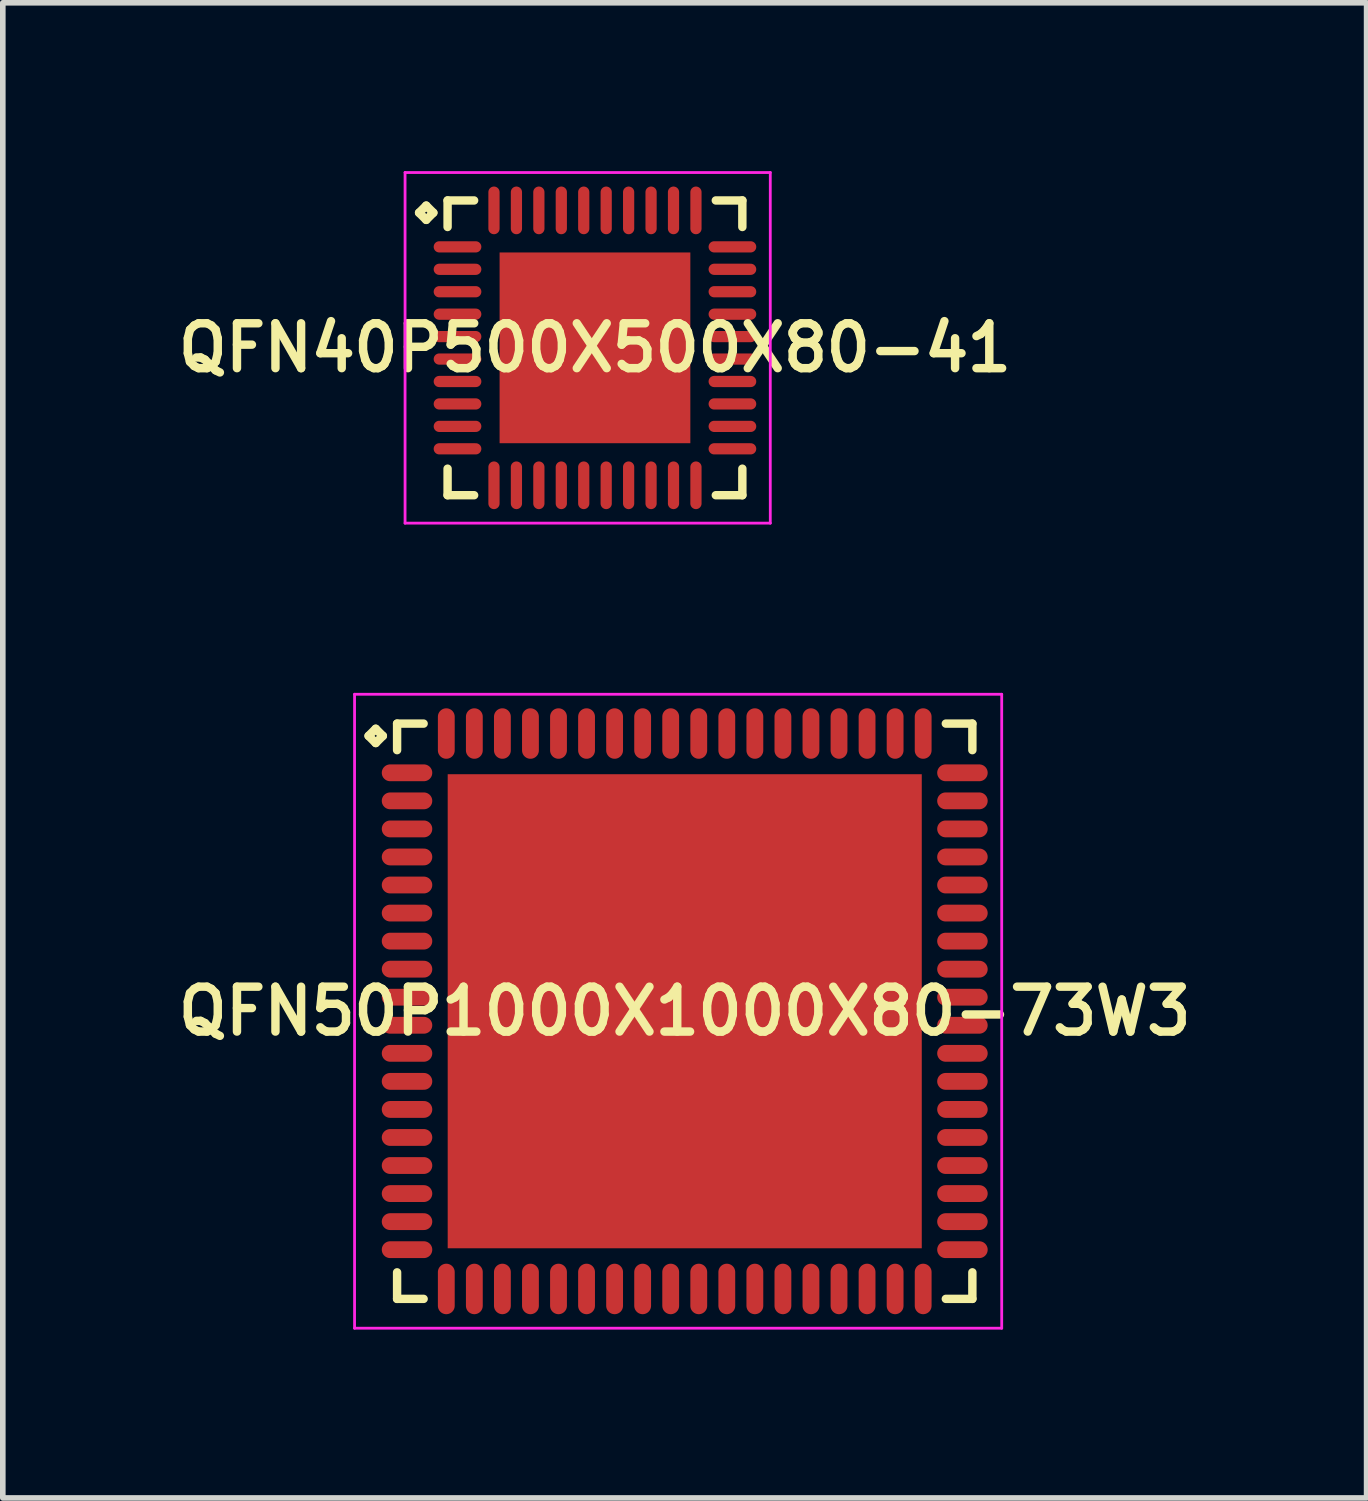
<source format=kicad_pcb>
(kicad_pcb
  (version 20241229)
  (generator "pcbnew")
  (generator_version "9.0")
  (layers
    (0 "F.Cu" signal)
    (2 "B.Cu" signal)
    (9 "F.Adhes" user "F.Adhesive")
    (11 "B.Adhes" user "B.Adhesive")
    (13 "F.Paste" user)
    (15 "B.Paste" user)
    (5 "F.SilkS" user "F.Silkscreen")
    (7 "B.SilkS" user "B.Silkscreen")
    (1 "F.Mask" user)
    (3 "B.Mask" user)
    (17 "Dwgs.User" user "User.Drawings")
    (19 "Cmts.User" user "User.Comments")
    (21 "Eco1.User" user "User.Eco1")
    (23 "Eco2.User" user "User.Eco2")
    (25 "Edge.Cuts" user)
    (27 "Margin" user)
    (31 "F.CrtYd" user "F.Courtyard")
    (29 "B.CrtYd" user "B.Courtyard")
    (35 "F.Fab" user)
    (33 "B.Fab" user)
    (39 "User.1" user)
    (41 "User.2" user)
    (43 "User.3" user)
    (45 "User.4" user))
  (footprint "QFN40P500X500X80-41"
    (layer "F.Cu")
    (at 7.555 3.15)
    (property "Reference" "QFN40P500X500X80-41" (at 0 0 0) (layer "F.SilkS") (effects (font (size 0.8 0.8) (thickness 0.15))))
    (attr smd)
    (fp_line (start -3.135 -2.408) (end -3.008 -2.535) (stroke (width 0.15) (type solid)) (layer "F.SilkS"))
    (fp_line (start -3.008 -2.535) (end -2.881 -2.408) (stroke (width 0.15) (type solid)) (layer "F.SilkS"))
    (fp_line (start -3.008 -2.281) (end -3.135 -2.408) (stroke (width 0.15) (type solid)) (layer "F.SilkS"))
    (fp_line (start -2.881 -2.408) (end -3.008 -2.281) (stroke (width 0.15) (type solid)) (layer "F.SilkS"))
    (fp_line (start -2.627 -2.627) (end -2.154 -2.627) (stroke (width 0.15) (type solid)) (layer "F.SilkS"))
    (fp_line (start -2.627 -2.154) (end -2.627 -2.627) (stroke (width 0.15) (type solid)) (layer "F.SilkS"))
    (fp_line (start -2.627 2.154) (end -2.627 2.627) (stroke (width 0.15) (type solid)) (layer "F.SilkS"))
    (fp_line (start -2.627 2.627) (end -2.154 2.627) (stroke (width 0.15) (type solid)) (layer "F.SilkS"))
    (fp_line (start 2.154 -2.627) (end 2.627 -2.627) (stroke (width 0.15) (type solid)) (layer "F.SilkS"))
    (fp_line (start 2.154 2.627) (end 2.627 2.627) (stroke (width 0.15) (type solid)) (layer "F.SilkS"))
    (fp_line (start 2.627 -2.627) (end 2.627 -2.154) (stroke (width 0.15) (type solid)) (layer "F.SilkS"))
    (fp_line (start 2.627 2.627) (end 2.627 2.154) (stroke (width 0.15) (type solid)) (layer "F.SilkS"))
    (fp_line (start -3.385 -3.125) (end 3.125 -3.125) (stroke (width 0.05) (type solid)) (layer "F.CrtYd"))
    (fp_line (start -3.385 3.125) (end -3.385 -3.125) (stroke (width 0.05) (type solid)) (layer "F.CrtYd"))
    (fp_line (start 3.125 -3.125) (end 3.125 3.125) (stroke (width 0.05) (type solid)) (layer "F.CrtYd"))
    (fp_line (start 3.125 3.125) (end -3.385 3.125) (stroke (width 0.05) (type solid)) (layer "F.CrtYd"))
    (pad "1" smd oval (at -2.45 -1.8) (size 0.85 0.2) (layers "F.Cu" "F.Mask" "F.Paste"))
    (pad "2" smd oval (at -2.45 -1.4) (size 0.85 0.2) (layers "F.Cu" "F.Mask" "F.Paste"))
    (pad "3" smd oval (at -2.45 -1) (size 0.85 0.2) (layers "F.Cu" "F.Mask" "F.Paste"))
    (pad "4" smd oval (at -2.45 -0.6) (size 0.85 0.2) (layers "F.Cu" "F.Mask" "F.Paste"))
    (pad "5" smd oval (at -2.45 -0.2) (size 0.85 0.2) (layers "F.Cu" "F.Mask" "F.Paste"))
    (pad "6" smd oval (at -2.45 0.2) (size 0.85 0.2) (layers "F.Cu" "F.Mask" "F.Paste"))
    (pad "7" smd oval (at -2.45 0.6) (size 0.85 0.2) (layers "F.Cu" "F.Mask" "F.Paste"))
    (pad "8" smd oval (at -2.45 1) (size 0.85 0.2) (layers "F.Cu" "F.Mask" "F.Paste"))
    (pad "9" smd oval (at -2.45 1.4) (size 0.85 0.2) (layers "F.Cu" "F.Mask" "F.Paste"))
    (pad "10" smd oval (at -2.45 1.8) (size 0.85 0.2) (layers "F.Cu" "F.Mask" "F.Paste"))
    (pad "11" smd oval (at -1.8 2.45) (size 0.2 0.85) (layers "F.Cu" "F.Mask" "F.Paste"))
    (pad "12" smd oval (at -1.4 2.45) (size 0.2 0.85) (layers "F.Cu" "F.Mask" "F.Paste"))
    (pad "13" smd oval (at -1 2.45) (size 0.2 0.85) (layers "F.Cu" "F.Mask" "F.Paste"))
    (pad "14" smd oval (at -0.6 2.45) (size 0.2 0.85) (layers "F.Cu" "F.Mask" "F.Paste"))
    (pad "15" smd oval (at -0.2 2.45) (size 0.2 0.85) (layers "F.Cu" "F.Mask" "F.Paste"))
    (pad "16" smd oval (at 0.2 2.45) (size 0.2 0.85) (layers "F.Cu" "F.Mask" "F.Paste"))
    (pad "17" smd oval (at 0.6 2.45) (size 0.2 0.85) (layers "F.Cu" "F.Mask" "F.Paste"))
    (pad "18" smd oval (at 1 2.45) (size 0.2 0.85) (layers "F.Cu" "F.Mask" "F.Paste"))
    (pad "19" smd oval (at 1.4 2.45) (size 0.2 0.85) (layers "F.Cu" "F.Mask" "F.Paste"))
    (pad "20" smd oval (at 1.8 2.45) (size 0.2 0.85) (layers "F.Cu" "F.Mask" "F.Paste"))
    (pad "21" smd oval (at 2.45 1.8) (size 0.85 0.2) (layers "F.Cu" "F.Mask" "F.Paste"))
    (pad "22" smd oval (at 2.45 1.4) (size 0.85 0.2) (layers "F.Cu" "F.Mask" "F.Paste"))
    (pad "23" smd oval (at 2.45 1) (size 0.85 0.2) (layers "F.Cu" "F.Mask" "F.Paste"))
    (pad "24" smd oval (at 2.45 0.6) (size 0.85 0.2) (layers "F.Cu" "F.Mask" "F.Paste"))
    (pad "25" smd oval (at 2.45 0.2) (size 0.85 0.2) (layers "F.Cu" "F.Mask" "F.Paste"))
    (pad "26" smd oval (at 2.45 -0.2) (size 0.85 0.2) (layers "F.Cu" "F.Mask" "F.Paste"))
    (pad "27" smd oval (at 2.45 -0.6) (size 0.85 0.2) (layers "F.Cu" "F.Mask" "F.Paste"))
    (pad "28" smd oval (at 2.45 -1) (size 0.85 0.2) (layers "F.Cu" "F.Mask" "F.Paste"))
    (pad "29" smd oval (at 2.45 -1.4) (size 0.85 0.2) (layers "F.Cu" "F.Mask" "F.Paste"))
    (pad "30" smd oval (at 2.45 -1.8) (size 0.85 0.2) (layers "F.Cu" "F.Mask" "F.Paste"))
    (pad "31" smd oval (at 1.8 -2.45) (size 0.2 0.85) (layers "F.Cu" "F.Mask" "F.Paste"))
    (pad "32" smd oval (at 1.4 -2.45) (size 0.2 0.85) (layers "F.Cu" "F.Mask" "F.Paste"))
    (pad "33" smd oval (at 1 -2.45) (size 0.2 0.85) (layers "F.Cu" "F.Mask" "F.Paste"))
    (pad "34" smd oval (at 0.6 -2.45) (size 0.2 0.85) (layers "F.Cu" "F.Mask" "F.Paste"))
    (pad "35" smd oval (at 0.2 -2.45) (size 0.2 0.85) (layers "F.Cu" "F.Mask" "F.Paste"))
    (pad "36" smd oval (at -0.2 -2.45) (size 0.2 0.85) (layers "F.Cu" "F.Mask" "F.Paste"))
    (pad "37" smd oval (at -0.6 -2.45) (size 0.2 0.85) (layers "F.Cu" "F.Mask" "F.Paste"))
    (pad "38" smd oval (at -1 -2.45) (size 0.2 0.85) (layers "F.Cu" "F.Mask" "F.Paste"))
    (pad "39" smd oval (at -1.4 -2.45) (size 0.2 0.85) (layers "F.Cu" "F.Mask" "F.Paste"))
    (pad "40" smd oval (at -1.8 -2.45) (size 0.2 0.85) (layers "F.Cu" "F.Mask" "F.Paste"))
    (pad "41" smd rect (at 0 0) (size 3.4 3.4) (layers "F.Cu" "F.Mask" "F.Paste")))
  (footprint "QFN50P1000X1000X80-73W3"
    (layer "F.Cu")
    (at 9.155 14.975)
    (property "Reference" "QFN50P1000X1000X80-73W3" (at 0 0 0) (layer "F.SilkS") (effects (font (size 0.8 0.8) (thickness 0.15))))
    (attr smd)
    (fp_line (start -5.635 -4.908) (end -5.508 -5.035) (stroke (width 0.15) (type solid)) (layer "F.SilkS"))
    (fp_line (start -5.508 -5.035) (end -5.381 -4.908) (stroke (width 0.15) (type solid)) (layer "F.SilkS"))
    (fp_line (start -5.508 -4.781) (end -5.635 -4.908) (stroke (width 0.15) (type solid)) (layer "F.SilkS"))
    (fp_line (start -5.381 -4.908) (end -5.508 -4.781) (stroke (width 0.15) (type solid)) (layer "F.SilkS"))
    (fp_line (start -5.127 -5.127) (end -4.654 -5.127) (stroke (width 0.15) (type solid)) (layer "F.SilkS"))
    (fp_line (start -5.127 -4.654) (end -5.127 -5.127) (stroke (width 0.15) (type solid)) (layer "F.SilkS"))
    (fp_line (start -5.127 4.654) (end -5.127 5.127) (stroke (width 0.15) (type solid)) (layer "F.SilkS"))
    (fp_line (start -5.127 5.127) (end -4.654 5.127) (stroke (width 0.15) (type solid)) (layer "F.SilkS"))
    (fp_line (start 4.654 -5.127) (end 5.127 -5.127) (stroke (width 0.15) (type solid)) (layer "F.SilkS"))
    (fp_line (start 4.654 5.127) (end 5.127 5.127) (stroke (width 0.15) (type solid)) (layer "F.SilkS"))
    (fp_line (start 5.127 -5.127) (end 5.127 -4.654) (stroke (width 0.15) (type solid)) (layer "F.SilkS"))
    (fp_line (start 5.127 5.127) (end 5.127 4.654) (stroke (width 0.15) (type solid)) (layer "F.SilkS"))
    (fp_line (start -5.885 -5.65) (end 5.65 -5.65) (stroke (width 0.05) (type solid)) (layer "F.CrtYd"))
    (fp_line (start -5.885 5.65) (end -5.885 -5.65) (stroke (width 0.05) (type solid)) (layer "F.CrtYd"))
    (fp_line (start 5.65 -5.65) (end 5.65 5.65) (stroke (width 0.05) (type solid)) (layer "F.CrtYd"))
    (fp_line (start 5.65 5.65) (end -5.885 5.65) (stroke (width 0.05) (type solid)) (layer "F.CrtYd"))
    (pad "1" smd oval (at -4.95 -4.25) (size 0.9 0.3) (layers "F.Cu" "F.Mask" "F.Paste"))
    (pad "2" smd oval (at -4.95 -3.75) (size 0.9 0.3) (layers "F.Cu" "F.Mask" "F.Paste"))
    (pad "3" smd oval (at -4.95 -3.25) (size 0.9 0.3) (layers "F.Cu" "F.Mask" "F.Paste"))
    (pad "4" smd oval (at -4.95 -2.75) (size 0.9 0.3) (layers "F.Cu" "F.Mask" "F.Paste"))
    (pad "5" smd oval (at -4.95 -2.25) (size 0.9 0.3) (layers "F.Cu" "F.Mask" "F.Paste"))
    (pad "6" smd oval (at -4.95 -1.75) (size 0.9 0.3) (layers "F.Cu" "F.Mask" "F.Paste"))
    (pad "7" smd oval (at -4.95 -1.25) (size 0.9 0.3) (layers "F.Cu" "F.Mask" "F.Paste"))
    (pad "8" smd oval (at -4.95 -0.75) (size 0.9 0.3) (layers "F.Cu" "F.Mask" "F.Paste"))
    (pad "9" smd oval (at -4.95 -0.25) (size 0.9 0.3) (layers "F.Cu" "F.Mask" "F.Paste"))
    (pad "10" smd oval (at -4.95 0.25) (size 0.9 0.3) (layers "F.Cu" "F.Mask" "F.Paste"))
    (pad "11" smd oval (at -4.95 0.75) (size 0.9 0.3) (layers "F.Cu" "F.Mask" "F.Paste"))
    (pad "12" smd oval (at -4.95 1.25) (size 0.9 0.3) (layers "F.Cu" "F.Mask" "F.Paste"))
    (pad "13" smd oval (at -4.95 1.75) (size 0.9 0.3) (layers "F.Cu" "F.Mask" "F.Paste"))
    (pad "14" smd oval (at -4.95 2.25) (size 0.9 0.3) (layers "F.Cu" "F.Mask" "F.Paste"))
    (pad "15" smd oval (at -4.95 2.75) (size 0.9 0.3) (layers "F.Cu" "F.Mask" "F.Paste"))
    (pad "16" smd oval (at -4.95 3.25) (size 0.9 0.3) (layers "F.Cu" "F.Mask" "F.Paste"))
    (pad "17" smd oval (at -4.95 3.75) (size 0.9 0.3) (layers "F.Cu" "F.Mask" "F.Paste"))
    (pad "18" smd oval (at -4.95 4.25) (size 0.9 0.3) (layers "F.Cu" "F.Mask" "F.Paste"))
    (pad "19" smd oval (at -4.25 4.95) (size 0.3 0.9) (layers "F.Cu" "F.Mask" "F.Paste"))
    (pad "20" smd oval (at -3.75 4.95) (size 0.3 0.9) (layers "F.Cu" "F.Mask" "F.Paste"))
    (pad "21" smd oval (at -3.25 4.95) (size 0.3 0.9) (layers "F.Cu" "F.Mask" "F.Paste"))
    (pad "22" smd oval (at -2.75 4.95) (size 0.3 0.9) (layers "F.Cu" "F.Mask" "F.Paste"))
    (pad "23" smd oval (at -2.25 4.95) (size 0.3 0.9) (layers "F.Cu" "F.Mask" "F.Paste"))
    (pad "24" smd oval (at -1.75 4.95) (size 0.3 0.9) (layers "F.Cu" "F.Mask" "F.Paste"))
    (pad "25" smd oval (at -1.25 4.95) (size 0.3 0.9) (layers "F.Cu" "F.Mask" "F.Paste"))
    (pad "26" smd oval (at -0.75 4.95) (size 0.3 0.9) (layers "F.Cu" "F.Mask" "F.Paste"))
    (pad "27" smd oval (at -0.25 4.95) (size 0.3 0.9) (layers "F.Cu" "F.Mask" "F.Paste"))
    (pad "28" smd oval (at 0.25 4.95) (size 0.3 0.9) (layers "F.Cu" "F.Mask" "F.Paste"))
    (pad "29" smd oval (at 0.75 4.95) (size 0.3 0.9) (layers "F.Cu" "F.Mask" "F.Paste"))
    (pad "30" smd oval (at 1.25 4.95) (size 0.3 0.9) (layers "F.Cu" "F.Mask" "F.Paste"))
    (pad "31" smd oval (at 1.75 4.95) (size 0.3 0.9) (layers "F.Cu" "F.Mask" "F.Paste"))
    (pad "32" smd oval (at 2.25 4.95) (size 0.3 0.9) (layers "F.Cu" "F.Mask" "F.Paste"))
    (pad "33" smd oval (at 2.75 4.95) (size 0.3 0.9) (layers "F.Cu" "F.Mask" "F.Paste"))
    (pad "34" smd oval (at 3.25 4.95) (size 0.3 0.9) (layers "F.Cu" "F.Mask" "F.Paste"))
    (pad "35" smd oval (at 3.75 4.95) (size 0.3 0.9) (layers "F.Cu" "F.Mask" "F.Paste"))
    (pad "36" smd oval (at 4.25 4.95) (size 0.3 0.9) (layers "F.Cu" "F.Mask" "F.Paste"))
    (pad "37" smd oval (at 4.95 4.25) (size 0.9 0.3) (layers "F.Cu" "F.Mask" "F.Paste"))
    (pad "38" smd oval (at 4.95 3.75) (size 0.9 0.3) (layers "F.Cu" "F.Mask" "F.Paste"))
    (pad "39" smd oval (at 4.95 3.25) (size 0.9 0.3) (layers "F.Cu" "F.Mask" "F.Paste"))
    (pad "40" smd oval (at 4.95 2.75) (size 0.9 0.3) (layers "F.Cu" "F.Mask" "F.Paste"))
    (pad "41" smd oval (at 4.95 2.25) (size 0.9 0.3) (layers "F.Cu" "F.Mask" "F.Paste"))
    (pad "42" smd oval (at 4.95 1.75) (size 0.9 0.3) (layers "F.Cu" "F.Mask" "F.Paste"))
    (pad "43" smd oval (at 4.95 1.25) (size 0.9 0.3) (layers "F.Cu" "F.Mask" "F.Paste"))
    (pad "44" smd oval (at 4.95 0.75) (size 0.9 0.3) (layers "F.Cu" "F.Mask" "F.Paste"))
    (pad "45" smd oval (at 4.95 0.25) (size 0.9 0.3) (layers "F.Cu" "F.Mask" "F.Paste"))
    (pad "46" smd oval (at 4.95 -0.25) (size 0.9 0.3) (layers "F.Cu" "F.Mask" "F.Paste"))
    (pad "47" smd oval (at 4.95 -0.75) (size 0.9 0.3) (layers "F.Cu" "F.Mask" "F.Paste"))
    (pad "48" smd oval (at 4.95 -1.25) (size 0.9 0.3) (layers "F.Cu" "F.Mask" "F.Paste"))
    (pad "49" smd oval (at 4.95 -1.75) (size 0.9 0.3) (layers "F.Cu" "F.Mask" "F.Paste"))
    (pad "50" smd oval (at 4.95 -2.25) (size 0.9 0.3) (layers "F.Cu" "F.Mask" "F.Paste"))
    (pad "51" smd oval (at 4.95 -2.75) (size 0.9 0.3) (layers "F.Cu" "F.Mask" "F.Paste"))
    (pad "52" smd oval (at 4.95 -3.25) (size 0.9 0.3) (layers "F.Cu" "F.Mask" "F.Paste"))
    (pad "53" smd oval (at 4.95 -3.75) (size 0.9 0.3) (layers "F.Cu" "F.Mask" "F.Paste"))
    (pad "54" smd oval (at 4.95 -4.25) (size 0.9 0.3) (layers "F.Cu" "F.Mask" "F.Paste"))
    (pad "55" smd oval (at 4.25 -4.95) (size 0.3 0.9) (layers "F.Cu" "F.Mask" "F.Paste"))
    (pad "56" smd oval (at 3.75 -4.95) (size 0.3 0.9) (layers "F.Cu" "F.Mask" "F.Paste"))
    (pad "57" smd oval (at 3.25 -4.95) (size 0.3 0.9) (layers "F.Cu" "F.Mask" "F.Paste"))
    (pad "58" smd oval (at 2.75 -4.95) (size 0.3 0.9) (layers "F.Cu" "F.Mask" "F.Paste"))
    (pad "59" smd oval (at 2.25 -4.95) (size 0.3 0.9) (layers "F.Cu" "F.Mask" "F.Paste"))
    (pad "60" smd oval (at 1.75 -4.95) (size 0.3 0.9) (layers "F.Cu" "F.Mask" "F.Paste"))
    (pad "61" smd oval (at 1.25 -4.95) (size 0.3 0.9) (layers "F.Cu" "F.Mask" "F.Paste"))
    (pad "62" smd oval (at 0.75 -4.95) (size 0.3 0.9) (layers "F.Cu" "F.Mask" "F.Paste"))
    (pad "63" smd oval (at 0.25 -4.95) (size 0.3 0.9) (layers "F.Cu" "F.Mask" "F.Paste"))
    (pad "64" smd oval (at -0.25 -4.95) (size 0.3 0.9) (layers "F.Cu" "F.Mask" "F.Paste"))
    (pad "65" smd oval (at -0.75 -4.95) (size 0.3 0.9) (layers "F.Cu" "F.Mask" "F.Paste"))
    (pad "66" smd oval (at -1.25 -4.95) (size 0.3 0.9) (layers "F.Cu" "F.Mask" "F.Paste"))
    (pad "67" smd oval (at -1.75 -4.95) (size 0.3 0.9) (layers "F.Cu" "F.Mask" "F.Paste"))
    (pad "68" smd oval (at -2.25 -4.95) (size 0.3 0.9) (layers "F.Cu" "F.Mask" "F.Paste"))
    (pad "69" smd oval (at -2.75 -4.95) (size 0.3 0.9) (layers "F.Cu" "F.Mask" "F.Paste"))
    (pad "70" smd oval (at -3.25 -4.95) (size 0.3 0.9) (layers "F.Cu" "F.Mask" "F.Paste"))
    (pad "71" smd oval (at -3.75 -4.95) (size 0.3 0.9) (layers "F.Cu" "F.Mask" "F.Paste"))
    (pad "72" smd oval (at -4.25 -4.95) (size 0.3 0.9) (layers "F.Cu" "F.Mask" "F.Paste"))
    (pad "73" smd rect (at 0 0) (size 8.45 8.45) (layers "F.Cu" "F.Mask" "F.Paste")))
  (gr_rect
    (start -3 -3)
    (end 21.309 23.65)
    (stroke (width 0.1) (type default))
    (fill no)
    (layer "Edge.Cuts")))
</source>
